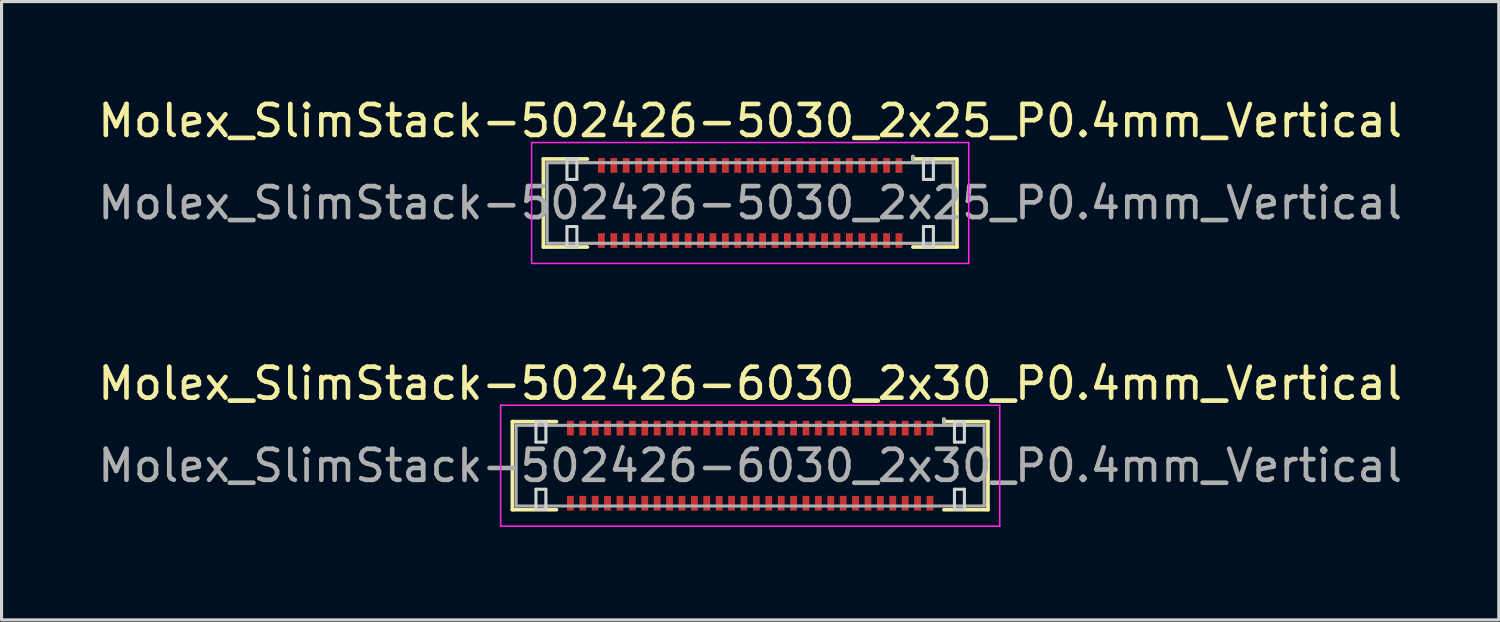
<source format=kicad_pcb>
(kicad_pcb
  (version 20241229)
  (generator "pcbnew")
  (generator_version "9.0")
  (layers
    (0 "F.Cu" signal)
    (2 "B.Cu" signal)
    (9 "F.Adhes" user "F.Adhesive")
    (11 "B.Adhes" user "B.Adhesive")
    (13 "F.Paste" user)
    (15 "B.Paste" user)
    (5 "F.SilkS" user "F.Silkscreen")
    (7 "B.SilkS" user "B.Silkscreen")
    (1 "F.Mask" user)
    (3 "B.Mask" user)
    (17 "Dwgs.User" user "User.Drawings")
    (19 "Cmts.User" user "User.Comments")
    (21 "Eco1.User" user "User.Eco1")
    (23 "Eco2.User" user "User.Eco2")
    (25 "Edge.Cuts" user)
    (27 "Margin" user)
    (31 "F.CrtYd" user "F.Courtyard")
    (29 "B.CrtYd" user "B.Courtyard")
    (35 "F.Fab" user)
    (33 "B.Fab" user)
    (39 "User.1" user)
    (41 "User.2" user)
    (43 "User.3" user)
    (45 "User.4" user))
  (footprint "Molex_SlimStack-502426-5030_2x25_P0.4mm_Vertical"
    (layer "F.Cu")
    (at 21.149 3.498)
    (property "Reference" "Molex_SlimStack-502426-5030_2x25_P0.4mm_Vertical" (at 0 -2.65 0) (layer "F.SilkS") (effects (font (size 1 1) (thickness 0.15))))
    (attr smd)
    (fp_line (start -6.67 -1.42) (end -5.25 -1.42) (stroke (width 0.12) (type solid)) (layer "F.SilkS"))
    (fp_line (start -6.67 1.42) (end -6.67 -1.42) (stroke (width 0.12) (type solid)) (layer "F.SilkS"))
    (fp_line (start -5.25 1.42) (end -6.67 1.42) (stroke (width 0.12) (type solid)) (layer "F.SilkS"))
    (fp_line (start 5.25 -1.42) (end 5.25 -1.5) (stroke (width 0.12) (type solid)) (layer "F.SilkS"))
    (fp_line (start 5.25 1.42) (end 6.67 1.42) (stroke (width 0.12) (type solid)) (layer "F.SilkS"))
    (fp_line (start 6.67 -1.42) (end 5.25 -1.42) (stroke (width 0.12) (type solid)) (layer "F.SilkS"))
    (fp_line (start 6.67 1.42) (end 6.67 -1.42) (stroke (width 0.12) (type solid)) (layer "F.SilkS"))
    (fp_line (start -5.91 -1.41) (end -5.91 -0.76) (stroke (width 0.1) (type solid)) (layer "Edge.Cuts"))
    (fp_line (start -5.91 -0.76) (end -5.59 -0.76) (stroke (width 0.1) (type solid)) (layer "Edge.Cuts"))
    (fp_line (start -5.91 0.76) (end -5.91 1.41) (stroke (width 0.1) (type solid)) (layer "Edge.Cuts"))
    (fp_line (start -5.91 1.41) (end -5.59 1.41) (stroke (width 0.1) (type solid)) (layer "Edge.Cuts"))
    (fp_line (start -5.59 -1.41) (end -5.91 -1.41) (stroke (width 0.1) (type solid)) (layer "Edge.Cuts"))
    (fp_line (start -5.59 -0.76) (end -5.59 -1.41) (stroke (width 0.1) (type solid)) (layer "Edge.Cuts"))
    (fp_line (start -5.59 0.76) (end -5.91 0.76) (stroke (width 0.1) (type solid)) (layer "Edge.Cuts"))
    (fp_line (start -5.59 1.41) (end -5.59 0.76) (stroke (width 0.1) (type solid)) (layer "Edge.Cuts"))
    (fp_line (start 5.59 -1.41) (end 5.59 -0.76) (stroke (width 0.1) (type solid)) (layer "Edge.Cuts"))
    (fp_line (start 5.59 -0.76) (end 5.91 -0.76) (stroke (width 0.1) (type solid)) (layer "Edge.Cuts"))
    (fp_line (start 5.59 0.76) (end 5.59 1.41) (stroke (width 0.1) (type solid)) (layer "Edge.Cuts"))
    (fp_line (start 5.59 1.41) (end 5.91 1.41) (stroke (width 0.1) (type solid)) (layer "Edge.Cuts"))
    (fp_line (start 5.91 -1.41) (end 5.59 -1.41) (stroke (width 0.1) (type solid)) (layer "Edge.Cuts"))
    (fp_line (start 5.91 -0.76) (end 5.91 -1.41) (stroke (width 0.1) (type solid)) (layer "Edge.Cuts"))
    (fp_line (start 5.91 0.76) (end 5.59 0.76) (stroke (width 0.1) (type solid)) (layer "Edge.Cuts"))
    (fp_line (start 5.91 1.41) (end 5.91 0.76) (stroke (width 0.1) (type solid)) (layer "Edge.Cuts"))
    (fp_line (start -7.05 -1.95) (end -7.05 1.95) (stroke (width 0.05) (type solid)) (layer "F.CrtYd"))
    (fp_line (start -7.05 1.95) (end 7.05 1.95) (stroke (width 0.05) (type solid)) (layer "F.CrtYd"))
    (fp_line (start 7.05 -1.95) (end -7.05 -1.95) (stroke (width 0.05) (type solid)) (layer "F.CrtYd"))
    (fp_line (start 7.05 1.95) (end 7.05 -1.95) (stroke (width 0.05) (type solid)) (layer "F.CrtYd"))
    (fp_line (start -6.55 -1.3) (end -6.55 1.3) (stroke (width 0.1) (type solid)) (layer "F.Fab"))
    (fp_line (start -6.55 1.3) (end 6.55 1.3) (stroke (width 0.1) (type solid)) (layer "F.Fab"))
    (fp_line (start 5.25 -1.3) (end 5.25 -1.5) (stroke (width 0.1) (type solid)) (layer "F.Fab"))
    (fp_line (start 6.55 -1.3) (end -6.55 -1.3) (stroke (width 0.1) (type solid)) (layer "F.Fab"))
    (fp_line (start 6.55 1.3) (end 6.55 -1.3) (stroke (width 0.1) (type solid)) (layer "F.Fab"))
    (fp_text user "${REFERENCE}" (at 0 0 0) (layer "F.Fab") (effects (font (size 1 1) (thickness 0.15))))
    (pad "1" smd rect (at 4.8 -1.212) (size 0.22 0.475) (layers "F.Cu" "F.Mask" "F.Paste"))
    (pad "2" smd rect (at 4.8 1.212) (size 0.22 0.475) (layers "F.Cu" "F.Mask" "F.Paste"))
    (pad "3" smd rect (at 4.4 -1.212) (size 0.22 0.475) (layers "F.Cu" "F.Mask" "F.Paste"))
    (pad "4" smd rect (at 4.4 1.212) (size 0.22 0.475) (layers "F.Cu" "F.Mask" "F.Paste"))
    (pad "5" smd rect (at 4 -1.212) (size 0.22 0.475) (layers "F.Cu" "F.Mask" "F.Paste"))
    (pad "6" smd rect (at 4 1.212) (size 0.22 0.475) (layers "F.Cu" "F.Mask" "F.Paste"))
    (pad "7" smd rect (at 3.6 -1.212) (size 0.22 0.475) (layers "F.Cu" "F.Mask" "F.Paste"))
    (pad "8" smd rect (at 3.6 1.212) (size 0.22 0.475) (layers "F.Cu" "F.Mask" "F.Paste"))
    (pad "9" smd rect (at 3.2 -1.212) (size 0.22 0.475) (layers "F.Cu" "F.Mask" "F.Paste"))
    (pad "10" smd rect (at 3.2 1.212) (size 0.22 0.475) (layers "F.Cu" "F.Mask" "F.Paste"))
    (pad "11" smd rect (at 2.8 -1.212) (size 0.22 0.475) (layers "F.Cu" "F.Mask" "F.Paste"))
    (pad "12" smd rect (at 2.8 1.212) (size 0.22 0.475) (layers "F.Cu" "F.Mask" "F.Paste"))
    (pad "13" smd rect (at 2.4 -1.212) (size 0.22 0.475) (layers "F.Cu" "F.Mask" "F.Paste"))
    (pad "14" smd rect (at 2.4 1.212) (size 0.22 0.475) (layers "F.Cu" "F.Mask" "F.Paste"))
    (pad "15" smd rect (at 2 -1.212) (size 0.22 0.475) (layers "F.Cu" "F.Mask" "F.Paste"))
    (pad "16" smd rect (at 2 1.212) (size 0.22 0.475) (layers "F.Cu" "F.Mask" "F.Paste"))
    (pad "17" smd rect (at 1.6 -1.212) (size 0.22 0.475) (layers "F.Cu" "F.Mask" "F.Paste"))
    (pad "18" smd rect (at 1.6 1.212) (size 0.22 0.475) (layers "F.Cu" "F.Mask" "F.Paste"))
    (pad "19" smd rect (at 1.2 -1.212) (size 0.22 0.475) (layers "F.Cu" "F.Mask" "F.Paste"))
    (pad "20" smd rect (at 1.2 1.212) (size 0.22 0.475) (layers "F.Cu" "F.Mask" "F.Paste"))
    (pad "21" smd rect (at 0.8 -1.212) (size 0.22 0.475) (layers "F.Cu" "F.Mask" "F.Paste"))
    (pad "22" smd rect (at 0.8 1.212) (size 0.22 0.475) (layers "F.Cu" "F.Mask" "F.Paste"))
    (pad "23" smd rect (at 0.4 -1.212) (size 0.22 0.475) (layers "F.Cu" "F.Mask" "F.Paste"))
    (pad "24" smd rect (at 0.4 1.212) (size 0.22 0.475) (layers "F.Cu" "F.Mask" "F.Paste"))
    (pad "25" smd rect (at 0 -1.212) (size 0.22 0.475) (layers "F.Cu" "F.Mask" "F.Paste"))
    (pad "26" smd rect (at 0 1.212) (size 0.22 0.475) (layers "F.Cu" "F.Mask" "F.Paste"))
    (pad "27" smd rect (at -0.4 -1.212) (size 0.22 0.475) (layers "F.Cu" "F.Mask" "F.Paste"))
    (pad "28" smd rect (at -0.4 1.212) (size 0.22 0.475) (layers "F.Cu" "F.Mask" "F.Paste"))
    (pad "29" smd rect (at -0.8 -1.212) (size 0.22 0.475) (layers "F.Cu" "F.Mask" "F.Paste"))
    (pad "30" smd rect (at -0.8 1.212) (size 0.22 0.475) (layers "F.Cu" "F.Mask" "F.Paste"))
    (pad "31" smd rect (at -1.2 -1.212) (size 0.22 0.475) (layers "F.Cu" "F.Mask" "F.Paste"))
    (pad "32" smd rect (at -1.2 1.212) (size 0.22 0.475) (layers "F.Cu" "F.Mask" "F.Paste"))
    (pad "33" smd rect (at -1.6 -1.212) (size 0.22 0.475) (layers "F.Cu" "F.Mask" "F.Paste"))
    (pad "34" smd rect (at -1.6 1.212) (size 0.22 0.475) (layers "F.Cu" "F.Mask" "F.Paste"))
    (pad "35" smd rect (at -2 -1.212) (size 0.22 0.475) (layers "F.Cu" "F.Mask" "F.Paste"))
    (pad "36" smd rect (at -2 1.212) (size 0.22 0.475) (layers "F.Cu" "F.Mask" "F.Paste"))
    (pad "37" smd rect (at -2.4 -1.212) (size 0.22 0.475) (layers "F.Cu" "F.Mask" "F.Paste"))
    (pad "38" smd rect (at -2.4 1.212) (size 0.22 0.475) (layers "F.Cu" "F.Mask" "F.Paste"))
    (pad "39" smd rect (at -2.8 -1.212) (size 0.22 0.475) (layers "F.Cu" "F.Mask" "F.Paste"))
    (pad "40" smd rect (at -2.8 1.212) (size 0.22 0.475) (layers "F.Cu" "F.Mask" "F.Paste"))
    (pad "41" smd rect (at -3.2 -1.212) (size 0.22 0.475) (layers "F.Cu" "F.Mask" "F.Paste"))
    (pad "42" smd rect (at -3.2 1.212) (size 0.22 0.475) (layers "F.Cu" "F.Mask" "F.Paste"))
    (pad "43" smd rect (at -3.6 -1.212) (size 0.22 0.475) (layers "F.Cu" "F.Mask" "F.Paste"))
    (pad "44" smd rect (at -3.6 1.212) (size 0.22 0.475) (layers "F.Cu" "F.Mask" "F.Paste"))
    (pad "45" smd rect (at -4 -1.212) (size 0.22 0.475) (layers "F.Cu" "F.Mask" "F.Paste"))
    (pad "46" smd rect (at -4 1.212) (size 0.22 0.475) (layers "F.Cu" "F.Mask" "F.Paste"))
    (pad "47" smd rect (at -4.4 -1.212) (size 0.22 0.475) (layers "F.Cu" "F.Mask" "F.Paste"))
    (pad "48" smd rect (at -4.4 1.212) (size 0.22 0.475) (layers "F.Cu" "F.Mask" "F.Paste"))
    (pad "49" smd rect (at -4.8 -1.212) (size 0.22 0.475) (layers "F.Cu" "F.Mask" "F.Paste"))
    (pad "50" smd rect (at -4.8 1.212) (size 0.22 0.475) (layers "F.Cu" "F.Mask" "F.Paste")))
  (footprint "Molex_SlimStack-502426-6030_2x30_P0.4mm_Vertical"
    (layer "F.Cu")
    (at 21.149 11.972)
    (property "Reference" "Molex_SlimStack-502426-6030_2x30_P0.4mm_Vertical" (at 0 -2.65 0) (layer "F.SilkS") (effects (font (size 1 1) (thickness 0.15))))
    (attr smd)
    (fp_line (start -7.67 -1.42) (end -6.25 -1.42) (stroke (width 0.12) (type solid)) (layer "F.SilkS"))
    (fp_line (start -7.67 1.42) (end -7.67 -1.42) (stroke (width 0.12) (type solid)) (layer "F.SilkS"))
    (fp_line (start -6.25 1.42) (end -7.67 1.42) (stroke (width 0.12) (type solid)) (layer "F.SilkS"))
    (fp_line (start 6.25 -1.42) (end 6.25 -1.5) (stroke (width 0.12) (type solid)) (layer "F.SilkS"))
    (fp_line (start 6.25 1.42) (end 7.67 1.42) (stroke (width 0.12) (type solid)) (layer "F.SilkS"))
    (fp_line (start 7.67 -1.42) (end 6.25 -1.42) (stroke (width 0.12) (type solid)) (layer "F.SilkS"))
    (fp_line (start 7.67 1.42) (end 7.67 -1.42) (stroke (width 0.12) (type solid)) (layer "F.SilkS"))
    (fp_line (start -6.91 -1.41) (end -6.91 -0.76) (stroke (width 0.1) (type solid)) (layer "Edge.Cuts"))
    (fp_line (start -6.91 -0.76) (end -6.59 -0.76) (stroke (width 0.1) (type solid)) (layer "Edge.Cuts"))
    (fp_line (start -6.91 0.76) (end -6.91 1.41) (stroke (width 0.1) (type solid)) (layer "Edge.Cuts"))
    (fp_line (start -6.91 1.41) (end -6.59 1.41) (stroke (width 0.1) (type solid)) (layer "Edge.Cuts"))
    (fp_line (start -6.59 -1.41) (end -6.91 -1.41) (stroke (width 0.1) (type solid)) (layer "Edge.Cuts"))
    (fp_line (start -6.59 -0.76) (end -6.59 -1.41) (stroke (width 0.1) (type solid)) (layer "Edge.Cuts"))
    (fp_line (start -6.59 0.76) (end -6.91 0.76) (stroke (width 0.1) (type solid)) (layer "Edge.Cuts"))
    (fp_line (start -6.59 1.41) (end -6.59 0.76) (stroke (width 0.1) (type solid)) (layer "Edge.Cuts"))
    (fp_line (start 6.59 -1.41) (end 6.59 -0.76) (stroke (width 0.1) (type solid)) (layer "Edge.Cuts"))
    (fp_line (start 6.59 -0.76) (end 6.91 -0.76) (stroke (width 0.1) (type solid)) (layer "Edge.Cuts"))
    (fp_line (start 6.59 0.76) (end 6.59 1.41) (stroke (width 0.1) (type solid)) (layer "Edge.Cuts"))
    (fp_line (start 6.59 1.41) (end 6.91 1.41) (stroke (width 0.1) (type solid)) (layer "Edge.Cuts"))
    (fp_line (start 6.91 -1.41) (end 6.59 -1.41) (stroke (width 0.1) (type solid)) (layer "Edge.Cuts"))
    (fp_line (start 6.91 -0.76) (end 6.91 -1.41) (stroke (width 0.1) (type solid)) (layer "Edge.Cuts"))
    (fp_line (start 6.91 0.76) (end 6.59 0.76) (stroke (width 0.1) (type solid)) (layer "Edge.Cuts"))
    (fp_line (start 6.91 1.41) (end 6.91 0.76) (stroke (width 0.1) (type solid)) (layer "Edge.Cuts"))
    (fp_line (start -8.05 -1.95) (end -8.05 1.95) (stroke (width 0.05) (type solid)) (layer "F.CrtYd"))
    (fp_line (start -8.05 1.95) (end 8.05 1.95) (stroke (width 0.05) (type solid)) (layer "F.CrtYd"))
    (fp_line (start 8.05 -1.95) (end -8.05 -1.95) (stroke (width 0.05) (type solid)) (layer "F.CrtYd"))
    (fp_line (start 8.05 1.95) (end 8.05 -1.95) (stroke (width 0.05) (type solid)) (layer "F.CrtYd"))
    (fp_line (start -7.55 -1.3) (end -7.55 1.3) (stroke (width 0.1) (type solid)) (layer "F.Fab"))
    (fp_line (start -7.55 1.3) (end 7.55 1.3) (stroke (width 0.1) (type solid)) (layer "F.Fab"))
    (fp_line (start 6.25 -1.3) (end 6.25 -1.5) (stroke (width 0.1) (type solid)) (layer "F.Fab"))
    (fp_line (start 7.55 -1.3) (end -7.55 -1.3) (stroke (width 0.1) (type solid)) (layer "F.Fab"))
    (fp_line (start 7.55 1.3) (end 7.55 -1.3) (stroke (width 0.1) (type solid)) (layer "F.Fab"))
    (fp_text user "${REFERENCE}" (at 0 0 0) (layer "F.Fab") (effects (font (size 1 1) (thickness 0.15))))
    (pad "1" smd rect (at 5.8 -1.212) (size 0.22 0.475) (layers "F.Cu" "F.Mask" "F.Paste"))
    (pad "2" smd rect (at 5.8 1.212) (size 0.22 0.475) (layers "F.Cu" "F.Mask" "F.Paste"))
    (pad "3" smd rect (at 5.4 -1.212) (size 0.22 0.475) (layers "F.Cu" "F.Mask" "F.Paste"))
    (pad "4" smd rect (at 5.4 1.212) (size 0.22 0.475) (layers "F.Cu" "F.Mask" "F.Paste"))
    (pad "5" smd rect (at 5 -1.212) (size 0.22 0.475) (layers "F.Cu" "F.Mask" "F.Paste"))
    (pad "6" smd rect (at 5 1.212) (size 0.22 0.475) (layers "F.Cu" "F.Mask" "F.Paste"))
    (pad "7" smd rect (at 4.6 -1.212) (size 0.22 0.475) (layers "F.Cu" "F.Mask" "F.Paste"))
    (pad "8" smd rect (at 4.6 1.212) (size 0.22 0.475) (layers "F.Cu" "F.Mask" "F.Paste"))
    (pad "9" smd rect (at 4.2 -1.212) (size 0.22 0.475) (layers "F.Cu" "F.Mask" "F.Paste"))
    (pad "10" smd rect (at 4.2 1.212) (size 0.22 0.475) (layers "F.Cu" "F.Mask" "F.Paste"))
    (pad "11" smd rect (at 3.8 -1.212) (size 0.22 0.475) (layers "F.Cu" "F.Mask" "F.Paste"))
    (pad "12" smd rect (at 3.8 1.212) (size 0.22 0.475) (layers "F.Cu" "F.Mask" "F.Paste"))
    (pad "13" smd rect (at 3.4 -1.212) (size 0.22 0.475) (layers "F.Cu" "F.Mask" "F.Paste"))
    (pad "14" smd rect (at 3.4 1.212) (size 0.22 0.475) (layers "F.Cu" "F.Mask" "F.Paste"))
    (pad "15" smd rect (at 3 -1.212) (size 0.22 0.475) (layers "F.Cu" "F.Mask" "F.Paste"))
    (pad "16" smd rect (at 3 1.212) (size 0.22 0.475) (layers "F.Cu" "F.Mask" "F.Paste"))
    (pad "17" smd rect (at 2.6 -1.212) (size 0.22 0.475) (layers "F.Cu" "F.Mask" "F.Paste"))
    (pad "18" smd rect (at 2.6 1.212) (size 0.22 0.475) (layers "F.Cu" "F.Mask" "F.Paste"))
    (pad "19" smd rect (at 2.2 -1.212) (size 0.22 0.475) (layers "F.Cu" "F.Mask" "F.Paste"))
    (pad "20" smd rect (at 2.2 1.212) (size 0.22 0.475) (layers "F.Cu" "F.Mask" "F.Paste"))
    (pad "21" smd rect (at 1.8 -1.212) (size 0.22 0.475) (layers "F.Cu" "F.Mask" "F.Paste"))
    (pad "22" smd rect (at 1.8 1.212) (size 0.22 0.475) (layers "F.Cu" "F.Mask" "F.Paste"))
    (pad "23" smd rect (at 1.4 -1.212) (size 0.22 0.475) (layers "F.Cu" "F.Mask" "F.Paste"))
    (pad "24" smd rect (at 1.4 1.212) (size 0.22 0.475) (layers "F.Cu" "F.Mask" "F.Paste"))
    (pad "25" smd rect (at 1 -1.212) (size 0.22 0.475) (layers "F.Cu" "F.Mask" "F.Paste"))
    (pad "26" smd rect (at 1 1.212) (size 0.22 0.475) (layers "F.Cu" "F.Mask" "F.Paste"))
    (pad "27" smd rect (at 0.6 -1.212) (size 0.22 0.475) (layers "F.Cu" "F.Mask" "F.Paste"))
    (pad "28" smd rect (at 0.6 1.212) (size 0.22 0.475) (layers "F.Cu" "F.Mask" "F.Paste"))
    (pad "29" smd rect (at 0.2 -1.212) (size 0.22 0.475) (layers "F.Cu" "F.Mask" "F.Paste"))
    (pad "30" smd rect (at 0.2 1.212) (size 0.22 0.475) (layers "F.Cu" "F.Mask" "F.Paste"))
    (pad "31" smd rect (at -0.2 -1.212) (size 0.22 0.475) (layers "F.Cu" "F.Mask" "F.Paste"))
    (pad "32" smd rect (at -0.2 1.212) (size 0.22 0.475) (layers "F.Cu" "F.Mask" "F.Paste"))
    (pad "33" smd rect (at -0.6 -1.212) (size 0.22 0.475) (layers "F.Cu" "F.Mask" "F.Paste"))
    (pad "34" smd rect (at -0.6 1.212) (size 0.22 0.475) (layers "F.Cu" "F.Mask" "F.Paste"))
    (pad "35" smd rect (at -1 -1.212) (size 0.22 0.475) (layers "F.Cu" "F.Mask" "F.Paste"))
    (pad "36" smd rect (at -1 1.212) (size 0.22 0.475) (layers "F.Cu" "F.Mask" "F.Paste"))
    (pad "37" smd rect (at -1.4 -1.212) (size 0.22 0.475) (layers "F.Cu" "F.Mask" "F.Paste"))
    (pad "38" smd rect (at -1.4 1.212) (size 0.22 0.475) (layers "F.Cu" "F.Mask" "F.Paste"))
    (pad "39" smd rect (at -1.8 -1.212) (size 0.22 0.475) (layers "F.Cu" "F.Mask" "F.Paste"))
    (pad "40" smd rect (at -1.8 1.212) (size 0.22 0.475) (layers "F.Cu" "F.Mask" "F.Paste"))
    (pad "41" smd rect (at -2.2 -1.212) (size 0.22 0.475) (layers "F.Cu" "F.Mask" "F.Paste"))
    (pad "42" smd rect (at -2.2 1.212) (size 0.22 0.475) (layers "F.Cu" "F.Mask" "F.Paste"))
    (pad "43" smd rect (at -2.6 -1.212) (size 0.22 0.475) (layers "F.Cu" "F.Mask" "F.Paste"))
    (pad "44" smd rect (at -2.6 1.212) (size 0.22 0.475) (layers "F.Cu" "F.Mask" "F.Paste"))
    (pad "45" smd rect (at -3 -1.212) (size 0.22 0.475) (layers "F.Cu" "F.Mask" "F.Paste"))
    (pad "46" smd rect (at -3 1.212) (size 0.22 0.475) (layers "F.Cu" "F.Mask" "F.Paste"))
    (pad "47" smd rect (at -3.4 -1.212) (size 0.22 0.475) (layers "F.Cu" "F.Mask" "F.Paste"))
    (pad "48" smd rect (at -3.4 1.212) (size 0.22 0.475) (layers "F.Cu" "F.Mask" "F.Paste"))
    (pad "49" smd rect (at -3.8 -1.212) (size 0.22 0.475) (layers "F.Cu" "F.Mask" "F.Paste"))
    (pad "50" smd rect (at -3.8 1.212) (size 0.22 0.475) (layers "F.Cu" "F.Mask" "F.Paste"))
    (pad "51" smd rect (at -4.2 -1.212) (size 0.22 0.475) (layers "F.Cu" "F.Mask" "F.Paste"))
    (pad "52" smd rect (at -4.2 1.212) (size 0.22 0.475) (layers "F.Cu" "F.Mask" "F.Paste"))
    (pad "53" smd rect (at -4.6 -1.212) (size 0.22 0.475) (layers "F.Cu" "F.Mask" "F.Paste"))
    (pad "54" smd rect (at -4.6 1.212) (size 0.22 0.475) (layers "F.Cu" "F.Mask" "F.Paste"))
    (pad "55" smd rect (at -5 -1.212) (size 0.22 0.475) (layers "F.Cu" "F.Mask" "F.Paste"))
    (pad "56" smd rect (at -5 1.212) (size 0.22 0.475) (layers "F.Cu" "F.Mask" "F.Paste"))
    (pad "57" smd rect (at -5.4 -1.212) (size 0.22 0.475) (layers "F.Cu" "F.Mask" "F.Paste"))
    (pad "58" smd rect (at -5.4 1.212) (size 0.22 0.475) (layers "F.Cu" "F.Mask" "F.Paste"))
    (pad "59" smd rect (at -5.8 -1.212) (size 0.22 0.475) (layers "F.Cu" "F.Mask" "F.Paste"))
    (pad "60" smd rect (at -5.8 1.212) (size 0.22 0.475) (layers "F.Cu" "F.Mask" "F.Paste")))
  (gr_rect
    (start -3 -3)
    (end 45.298 16.947)
    (stroke (width 0.1) (type default))
    (fill no)
    (layer "Edge.Cuts")))
</source>
